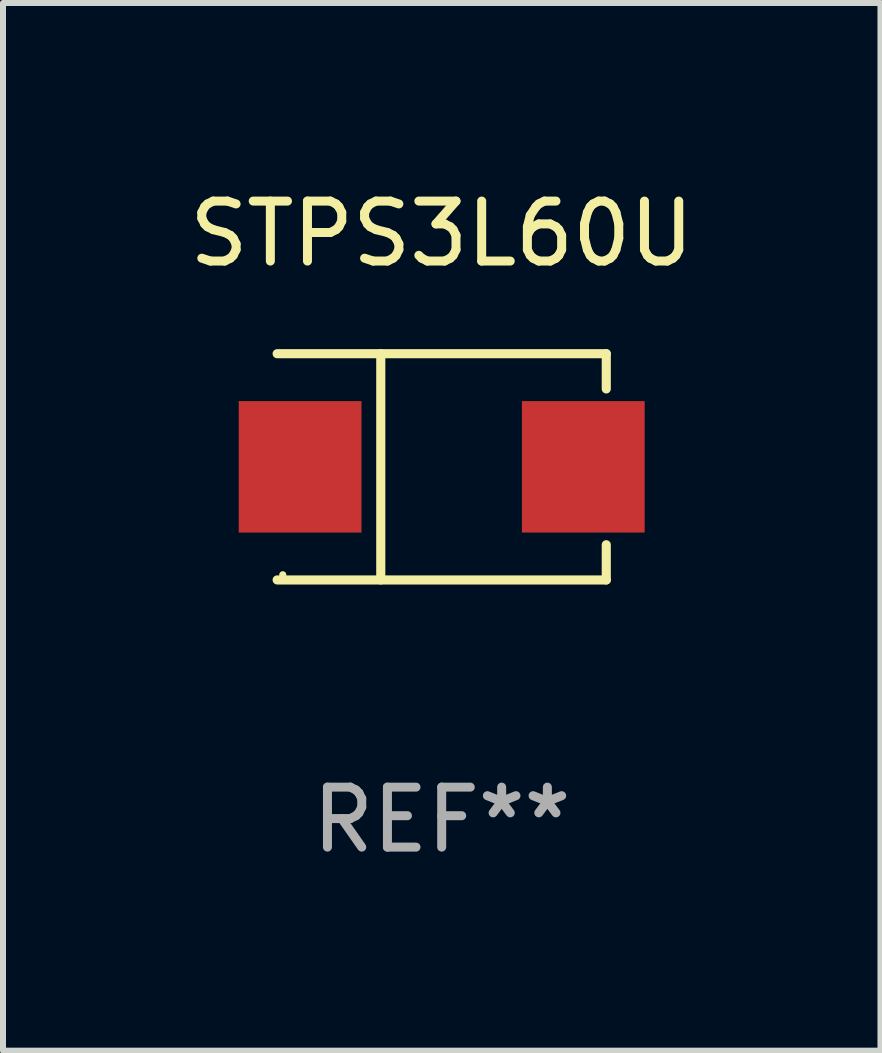
<source format=kicad_pcb>
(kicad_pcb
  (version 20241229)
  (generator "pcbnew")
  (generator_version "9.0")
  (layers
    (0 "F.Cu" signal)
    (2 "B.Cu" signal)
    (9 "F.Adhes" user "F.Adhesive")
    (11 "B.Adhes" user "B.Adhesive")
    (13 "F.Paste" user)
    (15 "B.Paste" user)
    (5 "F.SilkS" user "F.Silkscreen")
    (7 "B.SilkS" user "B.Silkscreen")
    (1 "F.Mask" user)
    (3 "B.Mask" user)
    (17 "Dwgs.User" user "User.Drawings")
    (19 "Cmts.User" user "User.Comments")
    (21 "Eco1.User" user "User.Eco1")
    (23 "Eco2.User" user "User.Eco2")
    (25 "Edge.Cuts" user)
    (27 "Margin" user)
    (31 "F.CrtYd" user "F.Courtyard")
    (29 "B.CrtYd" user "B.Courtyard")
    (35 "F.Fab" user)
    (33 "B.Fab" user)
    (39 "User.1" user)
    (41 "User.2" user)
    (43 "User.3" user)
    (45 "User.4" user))
  (footprint "STPS3L60U"
    (layer "F.Cu")
    (at 4.315 4.734)
    (property "Reference" "STPS3L60U" (at 0 -3.886 0) (layer "F.SilkS") (effects (font (size 1 1) (thickness 0.15))))
    (attr through_hole)
    (fp_line (start -2.744 -1.886) (end 2.744 -1.886) (stroke (width 0.152) (type solid)) (layer "F.SilkS"))
    (fp_line (start -2.744 1.886) (end 2.744 1.886) (stroke (width 0.152) (type solid)) (layer "F.SilkS"))
    (fp_line (start -1.016 -1.886) (end -1.016 1.886) (stroke (width 0.152) (type solid)) (layer "F.SilkS"))
    (fp_line (start 2.744 -1.886) (end 2.744 -1.299) (stroke (width 0.152) (type solid)) (layer "F.SilkS"))
    (fp_line (start 2.744 1.886) (end 2.744 1.299) (stroke (width 0.152) (type solid)) (layer "F.SilkS"))
    (fp_circle (center -2.65 1.8) (end -2.62 1.8) (stroke (width 0.06) (type solid)) (fill no) (layer "F.SilkS"))
    (fp_text user "REF**" (at 0 5.886 0) (layer "F.Fab") (effects (font (size 1 1) (thickness 0.15))))
    (pad "1" smd rect (at -2.361 0) (size 2.047 2.192) (layers "F.Cu" "F.Mask" "F.Paste"))
    (pad "2" smd rect (at 2.361 0) (size 2.047 2.192) (layers "F.Cu" "F.Mask" "F.Paste")))
  (gr_rect
    (start -3 -3)
    (end 11.631 14.469)
    (stroke (width 0.1) (type default))
    (fill no)
    (layer "Edge.Cuts")))
</source>
